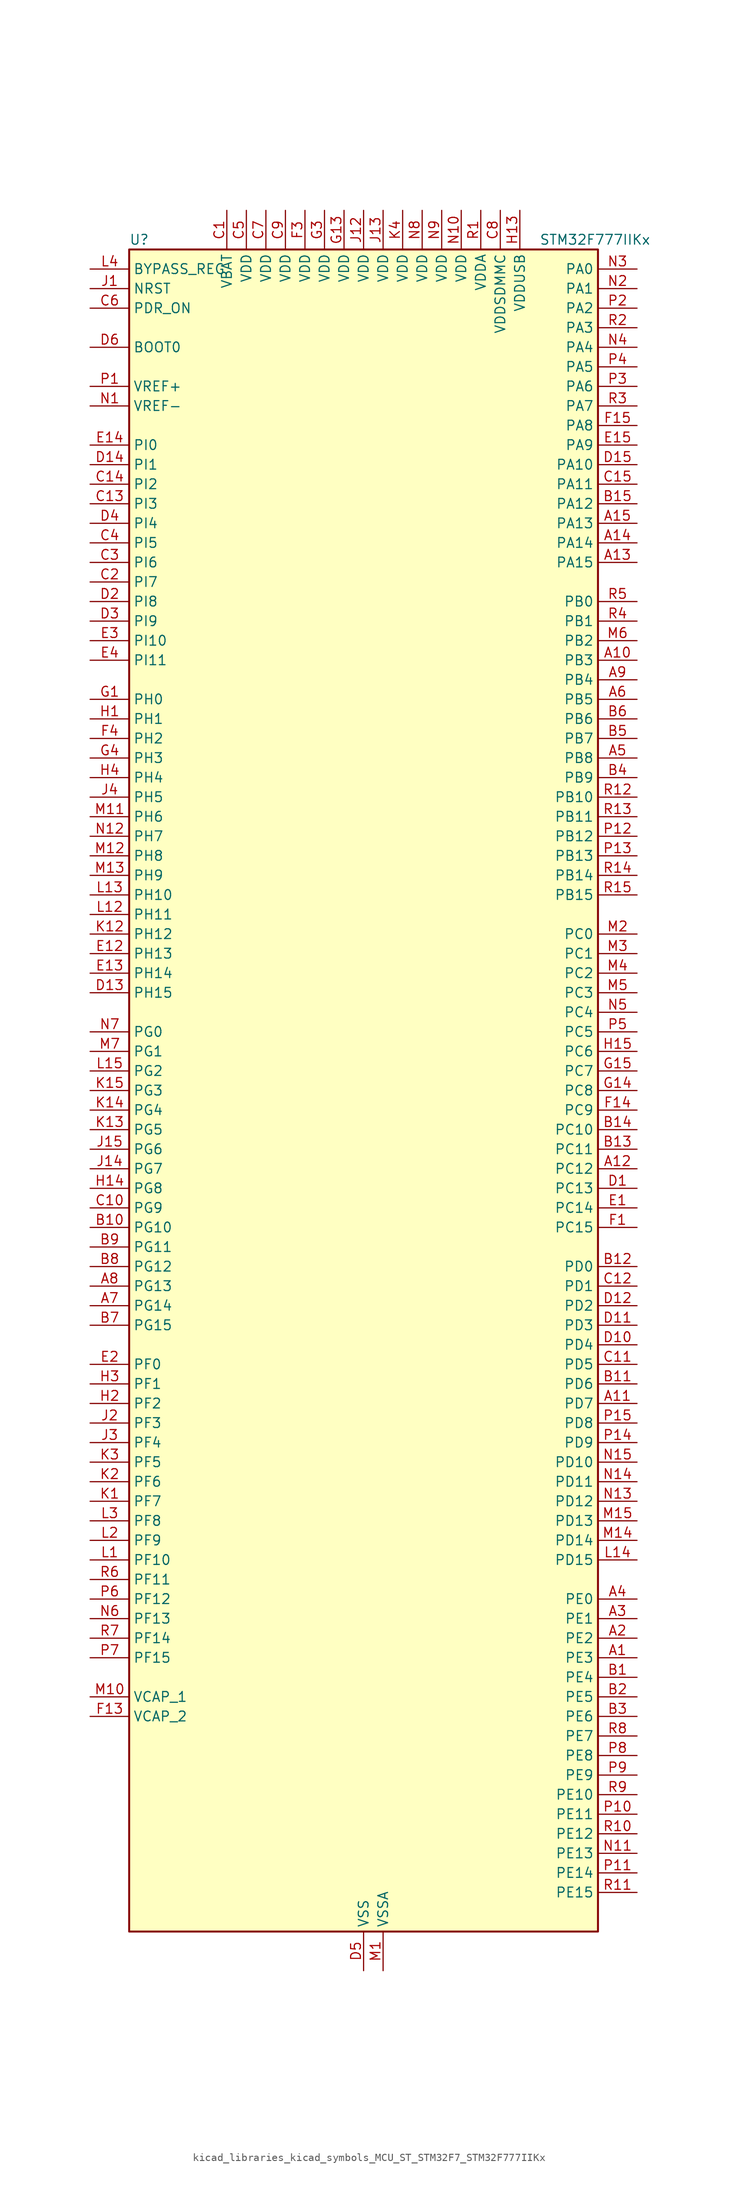
<source format=kicad_sym>
(kicad_symbol_lib
  (version 20220914)
  (generator kicad_symbol_editor)
  (symbol "kicad_libraries_kicad_symbols_MCU_ST_STM32F7_STM32F777IIKx"
    (property "Reference" "U"
      (at -30.48 110.49 0)
      (effects (font (size 1.27 1.27)) (justify left)))
    (property "Value" "STM32F777IIKx"
      (at 22.86 110.49 0)
      (effects (font (size 1.27 1.27)) (justify left)))
    (property "ki_locked" ""
      (at 0 0 0)
      (effects (font (size 1.27 1.27))))
    (symbol "kicad_libraries_kicad_symbols_MCU_ST_STM32F7_STM32F777IIKx_0_1"
      (rectangle (start -30.48 -109.22) (end 30.48 109.22) (stroke (width 0.254) (type default)) (fill (type background))))
    (symbol "kicad_libraries_kicad_symbols_MCU_ST_STM32F7_STM32F777IIKx_1_1"
      (pin bidirectional line (at 35.56 -73.66 180) (length 5.08) (name "PE3" (effects (font (size 1.27 1.27)))) (number "A1" (effects (font (size 1.27 1.27)))) (alternate "FMC_A19" bidirectional line) (alternate "SAI1_SD_B" bidirectional line) (alternate "SYS_TRACED0" bidirectional line))
      (pin bidirectional line (at 35.56 55.88 180) (length 5.08) (name "PB3" (effects (font (size 1.27 1.27)))) (number "A10" (effects (font (size 1.27 1.27)))) (alternate "CAN3_RX" bidirectional line) (alternate "I2S1_CK" bidirectional line) (alternate "I2S3_CK" bidirectional line) (alternate "SDMMC2_D2" bidirectional line) (alternate "SPI1_SCK" bidirectional line) (alternate "SPI3_SCK" bidirectional line) (alternate "SPI6_SCK" bidirectional line) (alternate "SYS_JTDO-SWO" bidirectional line) (alternate "TIM2_CH2" bidirectional line) (alternate "UART7_RX" bidirectional line))
      (pin bidirectional line (at 35.56 -40.64 180) (length 5.08) (name "PD7" (effects (font (size 1.27 1.27)))) (number "A11" (effects (font (size 1.27 1.27)))) (alternate "DFSDM1_CKIN1" bidirectional line) (alternate "DFSDM1_DATIN4" bidirectional line) (alternate "FMC_NE1" bidirectional line) (alternate "I2S1_SD" bidirectional line) (alternate "SDMMC2_CMD" bidirectional line) (alternate "SPDIFRX_IN0" bidirectional line) (alternate "SPI1_MOSI" bidirectional line) (alternate "USART2_CK" bidirectional line))
      (pin bidirectional line (at 35.56 -10.16 180) (length 5.08) (name "PC12" (effects (font (size 1.27 1.27)))) (number "A12" (effects (font (size 1.27 1.27)))) (alternate "DCMI_D9" bidirectional line) (alternate "I2S3_SD" bidirectional line) (alternate "SDMMC1_CK" bidirectional line) (alternate "SPI3_MOSI" bidirectional line) (alternate "SYS_TRACED3" bidirectional line) (alternate "UART5_TX" bidirectional line) (alternate "USART3_CK" bidirectional line))
      (pin bidirectional line (at 35.56 68.58 180) (length 5.08) (name "PA15" (effects (font (size 1.27 1.27)))) (number "A13" (effects (font (size 1.27 1.27)))) (alternate "CAN3_TX" bidirectional line) (alternate "CEC" bidirectional line) (alternate "I2S1_WS" bidirectional line) (alternate "I2S3_WS" bidirectional line) (alternate "SPI1_NSS" bidirectional line) (alternate "SPI3_NSS" bidirectional line) (alternate "SPI6_NSS" bidirectional line) (alternate "SYS_JTDI" bidirectional line) (alternate "TIM2_CH1" bidirectional line) (alternate "TIM2_ETR" bidirectional line) (alternate "UART4_DE" bidirectional line) (alternate "UART4_RTS" bidirectional line) (alternate "UART7_TX" bidirectional line))
      (pin bidirectional line (at 35.56 71.12 180) (length 5.08) (name "PA14" (effects (font (size 1.27 1.27)))) (number "A14" (effects (font (size 1.27 1.27)))) (alternate "SYS_JTCK-SWCLK" bidirectional line))
      (pin bidirectional line (at 35.56 73.66 180) (length 5.08) (name "PA13" (effects (font (size 1.27 1.27)))) (number "A15" (effects (font (size 1.27 1.27)))) (alternate "SYS_JTMS-SWDIO" bidirectional line))
      (pin bidirectional line (at 35.56 -71.12 180) (length 5.08) (name "PE2" (effects (font (size 1.27 1.27)))) (number "A2" (effects (font (size 1.27 1.27)))) (alternate "ETH_TXD3" bidirectional line) (alternate "FMC_A23" bidirectional line) (alternate "QUADSPI_BK1_IO2" bidirectional line) (alternate "SAI1_MCLK_A" bidirectional line) (alternate "SPI4_SCK" bidirectional line) (alternate "SYS_TRACECLK" bidirectional line))
      (pin bidirectional line (at 35.56 -68.58 180) (length 5.08) (name "PE1" (effects (font (size 1.27 1.27)))) (number "A3" (effects (font (size 1.27 1.27)))) (alternate "DCMI_D3" bidirectional line) (alternate "FMC_NBL1" bidirectional line) (alternate "LPTIM1_IN2" bidirectional line) (alternate "UART8_TX" bidirectional line))
      (pin bidirectional line (at 35.56 -66.04 180) (length 5.08) (name "PE0" (effects (font (size 1.27 1.27)))) (number "A4" (effects (font (size 1.27 1.27)))) (alternate "DCMI_D2" bidirectional line) (alternate "FMC_NBL0" bidirectional line) (alternate "LPTIM1_ETR" bidirectional line) (alternate "SAI2_MCLK_A" bidirectional line) (alternate "TIM4_ETR" bidirectional line) (alternate "UART8_RX" bidirectional line))
      (pin bidirectional line (at 35.56 43.18 180) (length 5.08) (name "PB8" (effects (font (size 1.27 1.27)))) (number "A5" (effects (font (size 1.27 1.27)))) (alternate "CAN1_RX" bidirectional line) (alternate "DCMI_D6" bidirectional line) (alternate "DFSDM1_CKIN7" bidirectional line) (alternate "ETH_TXD3" bidirectional line) (alternate "I2C1_SCL" bidirectional line) (alternate "I2C4_SCL" bidirectional line) (alternate "LTDC_B6" bidirectional line) (alternate "SDMMC1_D4" bidirectional line) (alternate "SDMMC2_D4" bidirectional line) (alternate "TIM10_CH1" bidirectional line) (alternate "TIM4_CH3" bidirectional line) (alternate "UART5_RX" bidirectional line))
      (pin bidirectional line (at 35.56 50.8 180) (length 5.08) (name "PB5" (effects (font (size 1.27 1.27)))) (number "A6" (effects (font (size 1.27 1.27)))) (alternate "CAN2_RX" bidirectional line) (alternate "DCMI_D10" bidirectional line) (alternate "ETH_PPS_OUT" bidirectional line) (alternate "FMC_SDCKE1" bidirectional line) (alternate "I2C1_SMBA" bidirectional line) (alternate "I2S1_SD" bidirectional line) (alternate "I2S3_SD" bidirectional line) (alternate "LTDC_G7" bidirectional line) (alternate "SPI1_MOSI" bidirectional line) (alternate "SPI3_MOSI" bidirectional line) (alternate "SPI6_MOSI" bidirectional line) (alternate "TIM3_CH2" bidirectional line) (alternate "UART5_RX" bidirectional line) (alternate "USB_OTG_HS_ULPI_D7" bidirectional line))
      (pin bidirectional line (at -35.56 -27.94 0) (length 5.08) (name "PG14" (effects (font (size 1.27 1.27)))) (number "A7" (effects (font (size 1.27 1.27)))) (alternate "ETH_TXD1" bidirectional line) (alternate "FMC_A25" bidirectional line) (alternate "LPTIM1_ETR" bidirectional line) (alternate "LTDC_B0" bidirectional line) (alternate "QUADSPI_BK2_IO3" bidirectional line) (alternate "SPI6_MOSI" bidirectional line) (alternate "SYS_TRACED1" bidirectional line) (alternate "USART6_TX" bidirectional line))
      (pin bidirectional line (at -35.56 -25.4 0) (length 5.08) (name "PG13" (effects (font (size 1.27 1.27)))) (number "A8" (effects (font (size 1.27 1.27)))) (alternate "ETH_TXD0" bidirectional line) (alternate "FMC_A24" bidirectional line) (alternate "LPTIM1_OUT" bidirectional line) (alternate "LTDC_R0" bidirectional line) (alternate "SPI6_SCK" bidirectional line) (alternate "SYS_TRACED0" bidirectional line) (alternate "USART6_CTS" bidirectional line))
      (pin bidirectional line (at 35.56 53.34 180) (length 5.08) (name "PB4" (effects (font (size 1.27 1.27)))) (number "A9" (effects (font (size 1.27 1.27)))) (alternate "CAN3_TX" bidirectional line) (alternate "I2S2_WS" bidirectional line) (alternate "SDMMC2_D3" bidirectional line) (alternate "SPI1_MISO" bidirectional line) (alternate "SPI2_NSS" bidirectional line) (alternate "SPI3_MISO" bidirectional line) (alternate "SPI6_MISO" bidirectional line) (alternate "SYS_JTRST" bidirectional line) (alternate "TIM3_CH1" bidirectional line) (alternate "UART7_TX" bidirectional line))
      (pin bidirectional line (at 35.56 -76.2 180) (length 5.08) (name "PE4" (effects (font (size 1.27 1.27)))) (number "B1" (effects (font (size 1.27 1.27)))) (alternate "DCMI_D4" bidirectional line) (alternate "DFSDM1_DATIN3" bidirectional line) (alternate "FMC_A20" bidirectional line) (alternate "LTDC_B0" bidirectional line) (alternate "SAI1_FS_A" bidirectional line) (alternate "SPI4_NSS" bidirectional line) (alternate "SYS_TRACED1" bidirectional line))
      (pin bidirectional line (at -35.56 -17.78 0) (length 5.08) (name "PG10" (effects (font (size 1.27 1.27)))) (number "B10" (effects (font (size 1.27 1.27)))) (alternate "DCMI_D2" bidirectional line) (alternate "FMC_NE3" bidirectional line) (alternate "I2S1_WS" bidirectional line) (alternate "LTDC_B2" bidirectional line) (alternate "LTDC_G3" bidirectional line) (alternate "SAI2_SD_B" bidirectional line) (alternate "SDMMC2_D1" bidirectional line) (alternate "SPI1_NSS" bidirectional line))
      (pin bidirectional line (at 35.56 -38.1 180) (length 5.08) (name "PD6" (effects (font (size 1.27 1.27)))) (number "B11" (effects (font (size 1.27 1.27)))) (alternate "DCMI_D10" bidirectional line) (alternate "DFSDM1_CKIN4" bidirectional line) (alternate "DFSDM1_DATIN1" bidirectional line) (alternate "FMC_NWAIT" bidirectional line) (alternate "I2S3_SD" bidirectional line) (alternate "LTDC_B2" bidirectional line) (alternate "SAI1_SD_A" bidirectional line) (alternate "SDMMC2_CK" bidirectional line) (alternate "SPI3_MOSI" bidirectional line) (alternate "USART2_RX" bidirectional line))
      (pin bidirectional line (at 35.56 -22.86 180) (length 5.08) (name "PD0" (effects (font (size 1.27 1.27)))) (number "B12" (effects (font (size 1.27 1.27)))) (alternate "CAN1_RX" bidirectional line) (alternate "DFSDM1_CKIN6" bidirectional line) (alternate "DFSDM1_DATIN7" bidirectional line) (alternate "FMC_D2" bidirectional line) (alternate "FMC_DA2" bidirectional line) (alternate "UART4_RX" bidirectional line))
      (pin bidirectional line (at 35.56 -7.62 180) (length 5.08) (name "PC11" (effects (font (size 1.27 1.27)))) (number "B13" (effects (font (size 1.27 1.27)))) (alternate "ADC1_EXTI11" bidirectional line) (alternate "ADC2_EXTI11" bidirectional line) (alternate "ADC3_EXTI11" bidirectional line) (alternate "DCMI_D4" bidirectional line) (alternate "DFSDM1_DATIN5" bidirectional line) (alternate "QUADSPI_BK2_NCS" bidirectional line) (alternate "SDMMC1_D3" bidirectional line) (alternate "SPI3_MISO" bidirectional line) (alternate "UART4_RX" bidirectional line) (alternate "USART3_RX" bidirectional line))
      (pin bidirectional line (at 35.56 -5.08 180) (length 5.08) (name "PC10" (effects (font (size 1.27 1.27)))) (number "B14" (effects (font (size 1.27 1.27)))) (alternate "DCMI_D8" bidirectional line) (alternate "DFSDM1_CKIN5" bidirectional line) (alternate "I2S3_CK" bidirectional line) (alternate "LTDC_R2" bidirectional line) (alternate "QUADSPI_BK1_IO1" bidirectional line) (alternate "SDMMC1_D2" bidirectional line) (alternate "SPI3_SCK" bidirectional line) (alternate "UART4_TX" bidirectional line) (alternate "USART3_TX" bidirectional line))
      (pin bidirectional line (at 35.56 76.2 180) (length 5.08) (name "PA12" (effects (font (size 1.27 1.27)))) (number "B15" (effects (font (size 1.27 1.27)))) (alternate "CAN1_TX" bidirectional line) (alternate "I2S2_CK" bidirectional line) (alternate "LTDC_R5" bidirectional line) (alternate "SAI2_FS_B" bidirectional line) (alternate "SPI2_SCK" bidirectional line) (alternate "TIM1_ETR" bidirectional line) (alternate "UART4_TX" bidirectional line) (alternate "USART1_DE" bidirectional line) (alternate "USART1_RTS" bidirectional line) (alternate "USB_OTG_FS_DP" bidirectional line))
      (pin bidirectional line (at 35.56 -78.74 180) (length 5.08) (name "PE5" (effects (font (size 1.27 1.27)))) (number "B2" (effects (font (size 1.27 1.27)))) (alternate "DCMI_D6" bidirectional line) (alternate "DFSDM1_CKIN3" bidirectional line) (alternate "FMC_A21" bidirectional line) (alternate "LTDC_G0" bidirectional line) (alternate "SAI1_SCK_A" bidirectional line) (alternate "SPI4_MISO" bidirectional line) (alternate "SYS_TRACED2" bidirectional line) (alternate "TIM9_CH1" bidirectional line))
      (pin bidirectional line (at 35.56 -81.28 180) (length 5.08) (name "PE6" (effects (font (size 1.27 1.27)))) (number "B3" (effects (font (size 1.27 1.27)))) (alternate "DCMI_D7" bidirectional line) (alternate "FMC_A22" bidirectional line) (alternate "LTDC_G1" bidirectional line) (alternate "SAI1_SD_A" bidirectional line) (alternate "SAI2_MCLK_B" bidirectional line) (alternate "SPI4_MOSI" bidirectional line) (alternate "SYS_TRACED3" bidirectional line) (alternate "TIM1_BKIN2" bidirectional line) (alternate "TIM9_CH2" bidirectional line))
      (pin bidirectional line (at 35.56 40.64 180) (length 5.08) (name "PB9" (effects (font (size 1.27 1.27)))) (number "B4" (effects (font (size 1.27 1.27)))) (alternate "CAN1_TX" bidirectional line) (alternate "DAC_EXTI9" bidirectional line) (alternate "DCMI_D7" bidirectional line) (alternate "DFSDM1_DATIN7" bidirectional line) (alternate "I2C1_SDA" bidirectional line) (alternate "I2C4_SDA" bidirectional line) (alternate "I2C4_SMBA" bidirectional line) (alternate "I2S2_WS" bidirectional line) (alternate "LTDC_B7" bidirectional line) (alternate "SDMMC1_D5" bidirectional line) (alternate "SDMMC2_D5" bidirectional line) (alternate "SPI2_NSS" bidirectional line) (alternate "TIM11_CH1" bidirectional line) (alternate "TIM4_CH4" bidirectional line) (alternate "UART5_TX" bidirectional line))
      (pin bidirectional line (at 35.56 45.72 180) (length 5.08) (name "PB7" (effects (font (size 1.27 1.27)))) (number "B5" (effects (font (size 1.27 1.27)))) (alternate "DCMI_VSYNC" bidirectional line) (alternate "DFSDM1_CKIN5" bidirectional line) (alternate "FMC_NL" bidirectional line) (alternate "I2C1_SDA" bidirectional line) (alternate "I2C4_SDA" bidirectional line) (alternate "TIM4_CH2" bidirectional line) (alternate "USART1_RX" bidirectional line))
      (pin bidirectional line (at 35.56 48.26 180) (length 5.08) (name "PB6" (effects (font (size 1.27 1.27)))) (number "B6" (effects (font (size 1.27 1.27)))) (alternate "CAN2_TX" bidirectional line) (alternate "CEC" bidirectional line) (alternate "DCMI_D5" bidirectional line) (alternate "DFSDM1_DATIN5" bidirectional line) (alternate "FMC_SDNE1" bidirectional line) (alternate "I2C1_SCL" bidirectional line) (alternate "I2C4_SCL" bidirectional line) (alternate "QUADSPI_BK1_NCS" bidirectional line) (alternate "TIM4_CH1" bidirectional line) (alternate "UART5_TX" bidirectional line) (alternate "USART1_TX" bidirectional line))
      (pin bidirectional line (at -35.56 -30.48 0) (length 5.08) (name "PG15" (effects (font (size 1.27 1.27)))) (number "B7" (effects (font (size 1.27 1.27)))) (alternate "DCMI_D13" bidirectional line) (alternate "FMC_SDNCAS" bidirectional line) (alternate "USART6_CTS" bidirectional line))
      (pin bidirectional line (at -35.56 -22.86 0) (length 5.08) (name "PG12" (effects (font (size 1.27 1.27)))) (number "B8" (effects (font (size 1.27 1.27)))) (alternate "FMC_NE4" bidirectional line) (alternate "LPTIM1_IN1" bidirectional line) (alternate "LTDC_B1" bidirectional line) (alternate "LTDC_B4" bidirectional line) (alternate "SDMMC2_D3" bidirectional line) (alternate "SPDIFRX_IN1" bidirectional line) (alternate "SPI6_MISO" bidirectional line) (alternate "USART6_DE" bidirectional line) (alternate "USART6_RTS" bidirectional line))
      (pin bidirectional line (at -35.56 -20.32 0) (length 5.08) (name "PG11" (effects (font (size 1.27 1.27)))) (number "B9" (effects (font (size 1.27 1.27)))) (alternate "ADC1_EXTI11" bidirectional line) (alternate "ADC2_EXTI11" bidirectional line) (alternate "ADC3_EXTI11" bidirectional line) (alternate "DCMI_D3" bidirectional line) (alternate "ETH_TX_EN" bidirectional line) (alternate "I2S1_CK" bidirectional line) (alternate "LTDC_B3" bidirectional line) (alternate "SDMMC2_D2" bidirectional line) (alternate "SPDIFRX_IN0" bidirectional line) (alternate "SPI1_SCK" bidirectional line))
      (pin power_in line (at -17.78 114.3 270) (length 5.08) (name "VBAT" (effects (font (size 1.27 1.27)))) (number "C1" (effects (font (size 1.27 1.27)))))
      (pin bidirectional line (at -35.56 -15.24 0) (length 5.08) (name "PG9" (effects (font (size 1.27 1.27)))) (number "C10" (effects (font (size 1.27 1.27)))) (alternate "DAC_EXTI9" bidirectional line) (alternate "DCMI_VSYNC" bidirectional line) (alternate "FMC_NCE" bidirectional line) (alternate "FMC_NE2" bidirectional line) (alternate "QUADSPI_BK2_IO2" bidirectional line) (alternate "SAI2_FS_B" bidirectional line) (alternate "SDMMC2_D0" bidirectional line) (alternate "SPDIFRX_IN3" bidirectional line) (alternate "SPI1_MISO" bidirectional line) (alternate "USART6_RX" bidirectional line))
      (pin bidirectional line (at 35.56 -35.56 180) (length 5.08) (name "PD5" (effects (font (size 1.27 1.27)))) (number "C11" (effects (font (size 1.27 1.27)))) (alternate "FMC_NWE" bidirectional line) (alternate "USART2_TX" bidirectional line))
      (pin bidirectional line (at 35.56 -25.4 180) (length 5.08) (name "PD1" (effects (font (size 1.27 1.27)))) (number "C12" (effects (font (size 1.27 1.27)))) (alternate "CAN1_TX" bidirectional line) (alternate "DFSDM1_CKIN7" bidirectional line) (alternate "DFSDM1_DATIN6" bidirectional line) (alternate "FMC_D3" bidirectional line) (alternate "FMC_DA3" bidirectional line) (alternate "UART4_TX" bidirectional line))
      (pin bidirectional line (at -35.56 76.2 0) (length 5.08) (name "PI3" (effects (font (size 1.27 1.27)))) (number "C13" (effects (font (size 1.27 1.27)))) (alternate "DCMI_D10" bidirectional line) (alternate "FMC_D27" bidirectional line) (alternate "I2S2_SD" bidirectional line) (alternate "SPI2_MOSI" bidirectional line) (alternate "TIM8_ETR" bidirectional line))
      (pin bidirectional line (at -35.56 78.74 0) (length 5.08) (name "PI2" (effects (font (size 1.27 1.27)))) (number "C14" (effects (font (size 1.27 1.27)))) (alternate "DCMI_D9" bidirectional line) (alternate "FMC_D26" bidirectional line) (alternate "LTDC_G7" bidirectional line) (alternate "SPI2_MISO" bidirectional line) (alternate "TIM8_CH4" bidirectional line))
      (pin bidirectional line (at 35.56 78.74 180) (length 5.08) (name "PA11" (effects (font (size 1.27 1.27)))) (number "C15" (effects (font (size 1.27 1.27)))) (alternate "ADC1_EXTI11" bidirectional line) (alternate "ADC2_EXTI11" bidirectional line) (alternate "ADC3_EXTI11" bidirectional line) (alternate "CAN1_RX" bidirectional line) (alternate "I2S2_WS" bidirectional line) (alternate "LTDC_R4" bidirectional line) (alternate "SPI2_NSS" bidirectional line) (alternate "TIM1_CH4" bidirectional line) (alternate "UART4_RX" bidirectional line) (alternate "USART1_CTS" bidirectional line) (alternate "USB_OTG_FS_DM" bidirectional line))
      (pin bidirectional line (at -35.56 66.04 0) (length 5.08) (name "PI7" (effects (font (size 1.27 1.27)))) (number "C2" (effects (font (size 1.27 1.27)))) (alternate "DCMI_D7" bidirectional line) (alternate "FMC_D29" bidirectional line) (alternate "LTDC_B7" bidirectional line) (alternate "SAI2_FS_A" bidirectional line) (alternate "TIM8_CH3" bidirectional line))
      (pin bidirectional line (at -35.56 68.58 0) (length 5.08) (name "PI6" (effects (font (size 1.27 1.27)))) (number "C3" (effects (font (size 1.27 1.27)))) (alternate "DCMI_D6" bidirectional line) (alternate "FMC_D28" bidirectional line) (alternate "LTDC_B6" bidirectional line) (alternate "SAI2_SD_A" bidirectional line) (alternate "TIM8_CH2" bidirectional line))
      (pin bidirectional line (at -35.56 71.12 0) (length 5.08) (name "PI5" (effects (font (size 1.27 1.27)))) (number "C4" (effects (font (size 1.27 1.27)))) (alternate "DCMI_VSYNC" bidirectional line) (alternate "FMC_NBL3" bidirectional line) (alternate "LTDC_B5" bidirectional line) (alternate "SAI2_SCK_A" bidirectional line) (alternate "TIM8_CH1" bidirectional line))
      (pin power_in line (at -15.24 114.3 270) (length 5.08) (name "VDD" (effects (font (size 1.27 1.27)))) (number "C5" (effects (font (size 1.27 1.27)))))
      (pin input line (at -35.56 101.6 0) (length 5.08) (name "PDR_ON" (effects (font (size 1.27 1.27)))) (number "C6" (effects (font (size 1.27 1.27)))))
      (pin power_in line (at -12.7 114.3 270) (length 5.08) (name "VDD" (effects (font (size 1.27 1.27)))) (number "C7" (effects (font (size 1.27 1.27)))))
      (pin power_in line (at 17.78 114.3 270) (length 5.08) (name "VDDSDMMC" (effects (font (size 1.27 1.27)))) (number "C8" (effects (font (size 1.27 1.27)))))
      (pin power_in line (at -10.16 114.3 270) (length 5.08) (name "VDD" (effects (font (size 1.27 1.27)))) (number "C9" (effects (font (size 1.27 1.27)))))
      (pin bidirectional line (at 35.56 -12.7 180) (length 5.08) (name "PC13" (effects (font (size 1.27 1.27)))) (number "D1" (effects (font (size 1.27 1.27)))) (alternate "RTC_OUT" bidirectional line) (alternate "RTC_TAMP1" bidirectional line) (alternate "RTC_TS" bidirectional line) (alternate "SYS_WKUP4" bidirectional line))
      (pin bidirectional line (at 35.56 -33.02 180) (length 5.08) (name "PD4" (effects (font (size 1.27 1.27)))) (number "D10" (effects (font (size 1.27 1.27)))) (alternate "DFSDM1_CKIN0" bidirectional line) (alternate "FMC_NOE" bidirectional line) (alternate "USART2_DE" bidirectional line) (alternate "USART2_RTS" bidirectional line))
      (pin bidirectional line (at 35.56 -30.48 180) (length 5.08) (name "PD3" (effects (font (size 1.27 1.27)))) (number "D11" (effects (font (size 1.27 1.27)))) (alternate "DCMI_D5" bidirectional line) (alternate "DFSDM1_CKOUT" bidirectional line) (alternate "DFSDM1_DATIN0" bidirectional line) (alternate "FMC_CLK" bidirectional line) (alternate "I2S2_CK" bidirectional line) (alternate "LTDC_G7" bidirectional line) (alternate "SPI2_SCK" bidirectional line) (alternate "USART2_CTS" bidirectional line))
      (pin bidirectional line (at 35.56 -27.94 180) (length 5.08) (name "PD2" (effects (font (size 1.27 1.27)))) (number "D12" (effects (font (size 1.27 1.27)))) (alternate "DCMI_D11" bidirectional line) (alternate "SDMMC1_CMD" bidirectional line) (alternate "SYS_TRACED2" bidirectional line) (alternate "TIM3_ETR" bidirectional line) (alternate "UART5_RX" bidirectional line))
      (pin bidirectional line (at -35.56 12.7 0) (length 5.08) (name "PH15" (effects (font (size 1.27 1.27)))) (number "D13" (effects (font (size 1.27 1.27)))) (alternate "DCMI_D11" bidirectional line) (alternate "FMC_D23" bidirectional line) (alternate "LTDC_G4" bidirectional line) (alternate "TIM8_CH3N" bidirectional line))
      (pin bidirectional line (at -35.56 81.28 0) (length 5.08) (name "PI1" (effects (font (size 1.27 1.27)))) (number "D14" (effects (font (size 1.27 1.27)))) (alternate "DCMI_D8" bidirectional line) (alternate "FMC_D25" bidirectional line) (alternate "I2S2_CK" bidirectional line) (alternate "LTDC_G6" bidirectional line) (alternate "SPI2_SCK" bidirectional line) (alternate "TIM8_BKIN2" bidirectional line))
      (pin bidirectional line (at 35.56 81.28 180) (length 5.08) (name "PA10" (effects (font (size 1.27 1.27)))) (number "D15" (effects (font (size 1.27 1.27)))) (alternate "DCMI_D1" bidirectional line) (alternate "LTDC_B1" bidirectional line) (alternate "LTDC_B4" bidirectional line) (alternate "MDIOS_MDIO" bidirectional line) (alternate "TIM1_CH3" bidirectional line) (alternate "USART1_RX" bidirectional line) (alternate "USB_OTG_FS_ID" bidirectional line))
      (pin bidirectional line (at -35.56 63.5 0) (length 5.08) (name "PI8" (effects (font (size 1.27 1.27)))) (number "D2" (effects (font (size 1.27 1.27)))) (alternate "RTC_TAMP2" bidirectional line) (alternate "RTC_TS" bidirectional line) (alternate "SYS_WKUP5" bidirectional line))
      (pin bidirectional line (at -35.56 60.96 0) (length 5.08) (name "PI9" (effects (font (size 1.27 1.27)))) (number "D3" (effects (font (size 1.27 1.27)))) (alternate "CAN1_RX" bidirectional line) (alternate "DAC_EXTI9" bidirectional line) (alternate "FMC_D30" bidirectional line) (alternate "LTDC_VSYNC" bidirectional line) (alternate "UART4_RX" bidirectional line))
      (pin bidirectional line (at -35.56 73.66 0) (length 5.08) (name "PI4" (effects (font (size 1.27 1.27)))) (number "D4" (effects (font (size 1.27 1.27)))) (alternate "DCMI_D5" bidirectional line) (alternate "FMC_NBL2" bidirectional line) (alternate "LTDC_B4" bidirectional line) (alternate "SAI2_MCLK_A" bidirectional line) (alternate "TIM8_BKIN" bidirectional line))
      (pin power_in line (at 0 -114.3 90) (length 5.08) (name "VSS" (effects (font (size 1.27 1.27)))) (number "D5" (effects (font (size 1.27 1.27)))))
      (pin input line (at -35.56 96.52 0) (length 5.08) (name "BOOT0" (effects (font (size 1.27 1.27)))) (number "D6" (effects (font (size 1.27 1.27)))))
      (pin passive line (at 0 -114.3 90) (length 5.08) hide (name "VSS" (effects (font (size 1.27 1.27)))) (number "D7" (effects (font (size 1.27 1.27)))))
      (pin passive line (at 0 -114.3 90) (length 5.08) hide (name "VSS" (effects (font (size 1.27 1.27)))) (number "D8" (effects (font (size 1.27 1.27)))))
      (pin passive line (at 0 -114.3 90) (length 5.08) hide (name "VSS" (effects (font (size 1.27 1.27)))) (number "D9" (effects (font (size 1.27 1.27)))))
      (pin bidirectional line (at 35.56 -15.24 180) (length 5.08) (name "PC14" (effects (font (size 1.27 1.27)))) (number "E1" (effects (font (size 1.27 1.27)))) (alternate "RCC_OSC32_IN" bidirectional line))
      (pin bidirectional line (at -35.56 17.78 0) (length 5.08) (name "PH13" (effects (font (size 1.27 1.27)))) (number "E12" (effects (font (size 1.27 1.27)))) (alternate "CAN1_TX" bidirectional line) (alternate "FMC_D21" bidirectional line) (alternate "LTDC_G2" bidirectional line) (alternate "TIM8_CH1N" bidirectional line) (alternate "UART4_TX" bidirectional line))
      (pin bidirectional line (at -35.56 15.24 0) (length 5.08) (name "PH14" (effects (font (size 1.27 1.27)))) (number "E13" (effects (font (size 1.27 1.27)))) (alternate "CAN1_RX" bidirectional line) (alternate "DCMI_D4" bidirectional line) (alternate "FMC_D22" bidirectional line) (alternate "LTDC_G3" bidirectional line) (alternate "TIM8_CH2N" bidirectional line) (alternate "UART4_RX" bidirectional line))
      (pin bidirectional line (at -35.56 83.82 0) (length 5.08) (name "PI0" (effects (font (size 1.27 1.27)))) (number "E14" (effects (font (size 1.27 1.27)))) (alternate "DCMI_D13" bidirectional line) (alternate "FMC_D24" bidirectional line) (alternate "I2S2_WS" bidirectional line) (alternate "LTDC_G5" bidirectional line) (alternate "SPI2_NSS" bidirectional line) (alternate "TIM5_CH4" bidirectional line))
      (pin bidirectional line (at 35.56 83.82 180) (length 5.08) (name "PA9" (effects (font (size 1.27 1.27)))) (number "E15" (effects (font (size 1.27 1.27)))) (alternate "DAC_EXTI9" bidirectional line) (alternate "DCMI_D0" bidirectional line) (alternate "I2C3_SMBA" bidirectional line) (alternate "I2S2_CK" bidirectional line) (alternate "LTDC_R5" bidirectional line) (alternate "SPI2_SCK" bidirectional line) (alternate "TIM1_CH2" bidirectional line) (alternate "USART1_TX" bidirectional line) (alternate "USB_OTG_FS_VBUS" bidirectional line))
      (pin bidirectional line (at -35.56 -35.56 0) (length 5.08) (name "PF0" (effects (font (size 1.27 1.27)))) (number "E2" (effects (font (size 1.27 1.27)))) (alternate "FMC_A0" bidirectional line) (alternate "I2C2_SDA" bidirectional line))
      (pin bidirectional line (at -35.56 58.42 0) (length 5.08) (name "PI10" (effects (font (size 1.27 1.27)))) (number "E3" (effects (font (size 1.27 1.27)))) (alternate "ETH_RX_ER" bidirectional line) (alternate "FMC_D31" bidirectional line) (alternate "LTDC_HSYNC" bidirectional line))
      (pin bidirectional line (at -35.56 55.88 0) (length 5.08) (name "PI11" (effects (font (size 1.27 1.27)))) (number "E4" (effects (font (size 1.27 1.27)))) (alternate "ADC1_EXTI11" bidirectional line) (alternate "ADC2_EXTI11" bidirectional line) (alternate "ADC3_EXTI11" bidirectional line) (alternate "LTDC_G6" bidirectional line) (alternate "SYS_WKUP6" bidirectional line) (alternate "USB_OTG_HS_ULPI_DIR" bidirectional line))
      (pin bidirectional line (at 35.56 -17.78 180) (length 5.08) (name "PC15" (effects (font (size 1.27 1.27)))) (number "F1" (effects (font (size 1.27 1.27)))) (alternate "RCC_OSC32_OUT" bidirectional line))
      (pin passive line (at 0 -114.3 90) (length 5.08) hide (name "VSS" (effects (font (size 1.27 1.27)))) (number "F10" (effects (font (size 1.27 1.27)))))
      (pin passive line (at 0 -114.3 90) (length 5.08) hide (name "VSS" (effects (font (size 1.27 1.27)))) (number "F12" (effects (font (size 1.27 1.27)))))
      (pin power_out line (at -35.56 -81.28 0) (length 5.08) (name "VCAP_2" (effects (font (size 1.27 1.27)))) (number "F13" (effects (font (size 1.27 1.27)))))
      (pin bidirectional line (at 35.56 -2.54 180) (length 5.08) (name "PC9" (effects (font (size 1.27 1.27)))) (number "F14" (effects (font (size 1.27 1.27)))) (alternate "DAC_EXTI9" bidirectional line) (alternate "DCMI_D3" bidirectional line) (alternate "I2C3_SDA" bidirectional line) (alternate "I2S_CKIN" bidirectional line) (alternate "LTDC_B2" bidirectional line) (alternate "LTDC_G3" bidirectional line) (alternate "QUADSPI_BK1_IO0" bidirectional line) (alternate "RCC_MCO_2" bidirectional line) (alternate "SDMMC1_D1" bidirectional line) (alternate "TIM3_CH4" bidirectional line) (alternate "TIM8_CH4" bidirectional line) (alternate "UART5_CTS" bidirectional line))
      (pin bidirectional line (at 35.56 86.36 180) (length 5.08) (name "PA8" (effects (font (size 1.27 1.27)))) (number "F15" (effects (font (size 1.27 1.27)))) (alternate "CAN3_RX" bidirectional line) (alternate "I2C3_SCL" bidirectional line) (alternate "LTDC_B3" bidirectional line) (alternate "LTDC_R6" bidirectional line) (alternate "RCC_MCO_1" bidirectional line) (alternate "TIM1_CH1" bidirectional line) (alternate "TIM8_BKIN2" bidirectional line) (alternate "UART7_RX" bidirectional line) (alternate "USART1_CK" bidirectional line) (alternate "USB_OTG_FS_SOF" bidirectional line))
      (pin passive line (at 0 -114.3 90) (length 5.08) hide (name "VSS" (effects (font (size 1.27 1.27)))) (number "F2" (effects (font (size 1.27 1.27)))))
      (pin power_in line (at -7.62 114.3 270) (length 5.08) (name "VDD" (effects (font (size 1.27 1.27)))) (number "F3" (effects (font (size 1.27 1.27)))))
      (pin bidirectional line (at -35.56 45.72 0) (length 5.08) (name "PH2" (effects (font (size 1.27 1.27)))) (number "F4" (effects (font (size 1.27 1.27)))) (alternate "ETH_CRS" bidirectional line) (alternate "FMC_SDCKE0" bidirectional line) (alternate "LPTIM1_IN2" bidirectional line) (alternate "LTDC_R0" bidirectional line) (alternate "QUADSPI_BK2_IO0" bidirectional line) (alternate "SAI2_SCK_B" bidirectional line))
      (pin passive line (at 0 -114.3 90) (length 5.08) hide (name "VSS" (effects (font (size 1.27 1.27)))) (number "F6" (effects (font (size 1.27 1.27)))))
      (pin passive line (at 0 -114.3 90) (length 5.08) hide (name "VSS" (effects (font (size 1.27 1.27)))) (number "F7" (effects (font (size 1.27 1.27)))))
      (pin passive line (at 0 -114.3 90) (length 5.08) hide (name "VSS" (effects (font (size 1.27 1.27)))) (number "F8" (effects (font (size 1.27 1.27)))))
      (pin passive line (at 0 -114.3 90) (length 5.08) hide (name "VSS" (effects (font (size 1.27 1.27)))) (number "F9" (effects (font (size 1.27 1.27)))))
      (pin bidirectional line (at -35.56 50.8 0) (length 5.08) (name "PH0" (effects (font (size 1.27 1.27)))) (number "G1" (effects (font (size 1.27 1.27)))) (alternate "RCC_OSC_IN" bidirectional line))
      (pin passive line (at 0 -114.3 90) (length 5.08) hide (name "VSS" (effects (font (size 1.27 1.27)))) (number "G10" (effects (font (size 1.27 1.27)))))
      (pin passive line (at 0 -114.3 90) (length 5.08) hide (name "VSS" (effects (font (size 1.27 1.27)))) (number "G12" (effects (font (size 1.27 1.27)))))
      (pin power_in line (at -2.54 114.3 270) (length 5.08) (name "VDD" (effects (font (size 1.27 1.27)))) (number "G13" (effects (font (size 1.27 1.27)))))
      (pin bidirectional line (at 35.56 0 180) (length 5.08) (name "PC8" (effects (font (size 1.27 1.27)))) (number "G14" (effects (font (size 1.27 1.27)))) (alternate "DCMI_D2" bidirectional line) (alternate "FMC_NCE" bidirectional line) (alternate "FMC_NE2" bidirectional line) (alternate "SDMMC1_D0" bidirectional line) (alternate "SYS_TRACED1" bidirectional line) (alternate "TIM3_CH3" bidirectional line) (alternate "TIM8_CH3" bidirectional line) (alternate "UART5_DE" bidirectional line) (alternate "UART5_RTS" bidirectional line) (alternate "USART6_CK" bidirectional line))
      (pin bidirectional line (at 35.56 2.54 180) (length 5.08) (name "PC7" (effects (font (size 1.27 1.27)))) (number "G15" (effects (font (size 1.27 1.27)))) (alternate "DCMI_D1" bidirectional line) (alternate "DFSDM1_DATIN3" bidirectional line) (alternate "FMC_NE1" bidirectional line) (alternate "I2S3_MCK" bidirectional line) (alternate "LTDC_G6" bidirectional line) (alternate "SDMMC1_D7" bidirectional line) (alternate "SDMMC2_D7" bidirectional line) (alternate "TIM3_CH2" bidirectional line) (alternate "TIM8_CH2" bidirectional line) (alternate "USART6_RX" bidirectional line))
      (pin passive line (at 0 -114.3 90) (length 5.08) hide (name "VSS" (effects (font (size 1.27 1.27)))) (number "G2" (effects (font (size 1.27 1.27)))))
      (pin power_in line (at -5.08 114.3 270) (length 5.08) (name "VDD" (effects (font (size 1.27 1.27)))) (number "G3" (effects (font (size 1.27 1.27)))))
      (pin bidirectional line (at -35.56 43.18 0) (length 5.08) (name "PH3" (effects (font (size 1.27 1.27)))) (number "G4" (effects (font (size 1.27 1.27)))) (alternate "ETH_COL" bidirectional line) (alternate "FMC_SDNE0" bidirectional line) (alternate "LTDC_R1" bidirectional line) (alternate "QUADSPI_BK2_IO1" bidirectional line) (alternate "SAI2_MCLK_B" bidirectional line))
      (pin passive line (at 0 -114.3 90) (length 5.08) hide (name "VSS" (effects (font (size 1.27 1.27)))) (number "G6" (effects (font (size 1.27 1.27)))))
      (pin passive line (at 0 -114.3 90) (length 5.08) hide (name "VSS" (effects (font (size 1.27 1.27)))) (number "G7" (effects (font (size 1.27 1.27)))))
      (pin passive line (at 0 -114.3 90) (length 5.08) hide (name "VSS" (effects (font (size 1.27 1.27)))) (number "G8" (effects (font (size 1.27 1.27)))))
      (pin passive line (at 0 -114.3 90) (length 5.08) hide (name "VSS" (effects (font (size 1.27 1.27)))) (number "G9" (effects (font (size 1.27 1.27)))))
      (pin bidirectional line (at -35.56 48.26 0) (length 5.08) (name "PH1" (effects (font (size 1.27 1.27)))) (number "H1" (effects (font (size 1.27 1.27)))) (alternate "RCC_OSC_OUT" bidirectional line))
      (pin passive line (at 0 -114.3 90) (length 5.08) hide (name "VSS" (effects (font (size 1.27 1.27)))) (number "H10" (effects (font (size 1.27 1.27)))))
      (pin passive line (at 0 -114.3 90) (length 5.08) hide (name "VSS" (effects (font (size 1.27 1.27)))) (number "H12" (effects (font (size 1.27 1.27)))))
      (pin power_in line (at 20.32 114.3 270) (length 5.08) (name "VDDUSB" (effects (font (size 1.27 1.27)))) (number "H13" (effects (font (size 1.27 1.27)))))
      (pin bidirectional line (at -35.56 -12.7 0) (length 5.08) (name "PG8" (effects (font (size 1.27 1.27)))) (number "H14" (effects (font (size 1.27 1.27)))) (alternate "ETH_PPS_OUT" bidirectional line) (alternate "FMC_SDCLK" bidirectional line) (alternate "LTDC_G7" bidirectional line) (alternate "SPDIFRX_IN2" bidirectional line) (alternate "SPI6_NSS" bidirectional line) (alternate "USART6_DE" bidirectional line) (alternate "USART6_RTS" bidirectional line))
      (pin bidirectional line (at 35.56 5.08 180) (length 5.08) (name "PC6" (effects (font (size 1.27 1.27)))) (number "H15" (effects (font (size 1.27 1.27)))) (alternate "DCMI_D0" bidirectional line) (alternate "DFSDM1_CKIN3" bidirectional line) (alternate "FMC_NWAIT" bidirectional line) (alternate "I2S2_MCK" bidirectional line) (alternate "LTDC_HSYNC" bidirectional line) (alternate "SDMMC1_D6" bidirectional line) (alternate "SDMMC2_D6" bidirectional line) (alternate "TIM3_CH1" bidirectional line) (alternate "TIM8_CH1" bidirectional line) (alternate "USART6_TX" bidirectional line))
      (pin bidirectional line (at -35.56 -40.64 0) (length 5.08) (name "PF2" (effects (font (size 1.27 1.27)))) (number "H2" (effects (font (size 1.27 1.27)))) (alternate "FMC_A2" bidirectional line) (alternate "I2C2_SMBA" bidirectional line))
      (pin bidirectional line (at -35.56 -38.1 0) (length 5.08) (name "PF1" (effects (font (size 1.27 1.27)))) (number "H3" (effects (font (size 1.27 1.27)))) (alternate "FMC_A1" bidirectional line) (alternate "I2C2_SCL" bidirectional line))
      (pin bidirectional line (at -35.56 40.64 0) (length 5.08) (name "PH4" (effects (font (size 1.27 1.27)))) (number "H4" (effects (font (size 1.27 1.27)))) (alternate "I2C2_SCL" bidirectional line) (alternate "LTDC_G4" bidirectional line) (alternate "LTDC_G5" bidirectional line) (alternate "USB_OTG_HS_ULPI_NXT" bidirectional line))
      (pin passive line (at 0 -114.3 90) (length 5.08) hide (name "VSS" (effects (font (size 1.27 1.27)))) (number "H6" (effects (font (size 1.27 1.27)))))
      (pin passive line (at 0 -114.3 90) (length 5.08) hide (name "VSS" (effects (font (size 1.27 1.27)))) (number "H7" (effects (font (size 1.27 1.27)))))
      (pin passive line (at 0 -114.3 90) (length 5.08) hide (name "VSS" (effects (font (size 1.27 1.27)))) (number "H8" (effects (font (size 1.27 1.27)))))
      (pin passive line (at 0 -114.3 90) (length 5.08) hide (name "VSS" (effects (font (size 1.27 1.27)))) (number "H9" (effects (font (size 1.27 1.27)))))
      (pin input line (at -35.56 104.14 0) (length 5.08) (name "NRST" (effects (font (size 1.27 1.27)))) (number "J1" (effects (font (size 1.27 1.27)))))
      (pin passive line (at 0 -114.3 90) (length 5.08) hide (name "VSS" (effects (font (size 1.27 1.27)))) (number "J10" (effects (font (size 1.27 1.27)))))
      (pin power_in line (at 0 114.3 270) (length 5.08) (name "VDD" (effects (font (size 1.27 1.27)))) (number "J12" (effects (font (size 1.27 1.27)))))
      (pin power_in line (at 2.54 114.3 270) (length 5.08) (name "VDD" (effects (font (size 1.27 1.27)))) (number "J13" (effects (font (size 1.27 1.27)))))
      (pin bidirectional line (at -35.56 -10.16 0) (length 5.08) (name "PG7" (effects (font (size 1.27 1.27)))) (number "J14" (effects (font (size 1.27 1.27)))) (alternate "DCMI_D13" bidirectional line) (alternate "FMC_INT" bidirectional line) (alternate "LTDC_CLK" bidirectional line) (alternate "SAI1_MCLK_A" bidirectional line) (alternate "USART6_CK" bidirectional line))
      (pin bidirectional line (at -35.56 -7.62 0) (length 5.08) (name "PG6" (effects (font (size 1.27 1.27)))) (number "J15" (effects (font (size 1.27 1.27)))) (alternate "DCMI_D12" bidirectional line) (alternate "FMC_NE3" bidirectional line) (alternate "LTDC_R7" bidirectional line))
      (pin bidirectional line (at -35.56 -43.18 0) (length 5.08) (name "PF3" (effects (font (size 1.27 1.27)))) (number "J2" (effects (font (size 1.27 1.27)))) (alternate "ADC3_IN9" bidirectional line) (alternate "FMC_A3" bidirectional line))
      (pin bidirectional line (at -35.56 -45.72 0) (length 5.08) (name "PF4" (effects (font (size 1.27 1.27)))) (number "J3" (effects (font (size 1.27 1.27)))) (alternate "ADC3_IN14" bidirectional line) (alternate "FMC_A4" bidirectional line))
      (pin bidirectional line (at -35.56 38.1 0) (length 5.08) (name "PH5" (effects (font (size 1.27 1.27)))) (number "J4" (effects (font (size 1.27 1.27)))) (alternate "FMC_SDNWE" bidirectional line) (alternate "I2C2_SDA" bidirectional line) (alternate "SPI5_NSS" bidirectional line))
      (pin passive line (at 0 -114.3 90) (length 5.08) hide (name "VSS" (effects (font (size 1.27 1.27)))) (number "J6" (effects (font (size 1.27 1.27)))))
      (pin passive line (at 0 -114.3 90) (length 5.08) hide (name "VSS" (effects (font (size 1.27 1.27)))) (number "J7" (effects (font (size 1.27 1.27)))))
      (pin passive line (at 0 -114.3 90) (length 5.08) hide (name "VSS" (effects (font (size 1.27 1.27)))) (number "J8" (effects (font (size 1.27 1.27)))))
      (pin passive line (at 0 -114.3 90) (length 5.08) hide (name "VSS" (effects (font (size 1.27 1.27)))) (number "J9" (effects (font (size 1.27 1.27)))))
      (pin bidirectional line (at -35.56 -53.34 0) (length 5.08) (name "PF7" (effects (font (size 1.27 1.27)))) (number "K1" (effects (font (size 1.27 1.27)))) (alternate "ADC3_IN5" bidirectional line) (alternate "QUADSPI_BK1_IO2" bidirectional line) (alternate "SAI1_MCLK_B" bidirectional line) (alternate "SPI5_SCK" bidirectional line) (alternate "TIM11_CH1" bidirectional line) (alternate "UART7_TX" bidirectional line))
      (pin passive line (at 0 -114.3 90) (length 5.08) hide (name "VSS" (effects (font (size 1.27 1.27)))) (number "K10" (effects (font (size 1.27 1.27)))))
      (pin bidirectional line (at -35.56 20.32 0) (length 5.08) (name "PH12" (effects (font (size 1.27 1.27)))) (number "K12" (effects (font (size 1.27 1.27)))) (alternate "DCMI_D3" bidirectional line) (alternate "FMC_D20" bidirectional line) (alternate "I2C4_SDA" bidirectional line) (alternate "LTDC_R6" bidirectional line) (alternate "TIM5_CH3" bidirectional line))
      (pin bidirectional line (at -35.56 -5.08 0) (length 5.08) (name "PG5" (effects (font (size 1.27 1.27)))) (number "K13" (effects (font (size 1.27 1.27)))) (alternate "FMC_A15" bidirectional line) (alternate "FMC_BA1" bidirectional line))
      (pin bidirectional line (at -35.56 -2.54 0) (length 5.08) (name "PG4" (effects (font (size 1.27 1.27)))) (number "K14" (effects (font (size 1.27 1.27)))) (alternate "FMC_A14" bidirectional line) (alternate "FMC_BA0" bidirectional line))
      (pin bidirectional line (at -35.56 0 0) (length 5.08) (name "PG3" (effects (font (size 1.27 1.27)))) (number "K15" (effects (font (size 1.27 1.27)))) (alternate "FMC_A13" bidirectional line))
      (pin bidirectional line (at -35.56 -50.8 0) (length 5.08) (name "PF6" (effects (font (size 1.27 1.27)))) (number "K2" (effects (font (size 1.27 1.27)))) (alternate "ADC3_IN4" bidirectional line) (alternate "QUADSPI_BK1_IO3" bidirectional line) (alternate "SAI1_SD_B" bidirectional line) (alternate "SPI5_NSS" bidirectional line) (alternate "TIM10_CH1" bidirectional line) (alternate "UART7_RX" bidirectional line))
      (pin bidirectional line (at -35.56 -48.26 0) (length 5.08) (name "PF5" (effects (font (size 1.27 1.27)))) (number "K3" (effects (font (size 1.27 1.27)))) (alternate "ADC3_IN15" bidirectional line) (alternate "FMC_A5" bidirectional line))
      (pin power_in line (at 5.08 114.3 270) (length 5.08) (name "VDD" (effects (font (size 1.27 1.27)))) (number "K4" (effects (font (size 1.27 1.27)))))
      (pin passive line (at 0 -114.3 90) (length 5.08) hide (name "VSS" (effects (font (size 1.27 1.27)))) (number "K6" (effects (font (size 1.27 1.27)))))
      (pin passive line (at 0 -114.3 90) (length 5.08) hide (name "VSS" (effects (font (size 1.27 1.27)))) (number "K7" (effects (font (size 1.27 1.27)))))
      (pin passive line (at 0 -114.3 90) (length 5.08) hide (name "VSS" (effects (font (size 1.27 1.27)))) (number "K8" (effects (font (size 1.27 1.27)))))
      (pin passive line (at 0 -114.3 90) (length 5.08) hide (name "VSS" (effects (font (size 1.27 1.27)))) (number "K9" (effects (font (size 1.27 1.27)))))
      (pin bidirectional line (at -35.56 -60.96 0) (length 5.08) (name "PF10" (effects (font (size 1.27 1.27)))) (number "L1" (effects (font (size 1.27 1.27)))) (alternate "ADC3_IN8" bidirectional line) (alternate "DCMI_D11" bidirectional line) (alternate "LTDC_DE" bidirectional line) (alternate "QUADSPI_CLK" bidirectional line))
      (pin bidirectional line (at -35.56 22.86 0) (length 5.08) (name "PH11" (effects (font (size 1.27 1.27)))) (number "L12" (effects (font (size 1.27 1.27)))) (alternate "ADC1_EXTI11" bidirectional line) (alternate "ADC2_EXTI11" bidirectional line) (alternate "ADC3_EXTI11" bidirectional line) (alternate "DCMI_D2" bidirectional line) (alternate "FMC_D19" bidirectional line) (alternate "I2C4_SCL" bidirectional line) (alternate "LTDC_R5" bidirectional line) (alternate "TIM5_CH2" bidirectional line))
      (pin bidirectional line (at -35.56 25.4 0) (length 5.08) (name "PH10" (effects (font (size 1.27 1.27)))) (number "L13" (effects (font (size 1.27 1.27)))) (alternate "DCMI_D1" bidirectional line) (alternate "FMC_D18" bidirectional line) (alternate "I2C4_SMBA" bidirectional line) (alternate "LTDC_R4" bidirectional line) (alternate "TIM5_CH1" bidirectional line))
      (pin bidirectional line (at 35.56 -60.96 180) (length 5.08) (name "PD15" (effects (font (size 1.27 1.27)))) (number "L14" (effects (font (size 1.27 1.27)))) (alternate "FMC_D1" bidirectional line) (alternate "FMC_DA1" bidirectional line) (alternate "TIM4_CH4" bidirectional line) (alternate "UART8_DE" bidirectional line) (alternate "UART8_RTS" bidirectional line))
      (pin bidirectional line (at -35.56 2.54 0) (length 5.08) (name "PG2" (effects (font (size 1.27 1.27)))) (number "L15" (effects (font (size 1.27 1.27)))) (alternate "FMC_A12" bidirectional line))
      (pin bidirectional line (at -35.56 -58.42 0) (length 5.08) (name "PF9" (effects (font (size 1.27 1.27)))) (number "L2" (effects (font (size 1.27 1.27)))) (alternate "ADC3_IN7" bidirectional line) (alternate "DAC_EXTI9" bidirectional line) (alternate "QUADSPI_BK1_IO1" bidirectional line) (alternate "SAI1_FS_B" bidirectional line) (alternate "SPI5_MOSI" bidirectional line) (alternate "TIM14_CH1" bidirectional line) (alternate "UART7_CTS" bidirectional line))
      (pin bidirectional line (at -35.56 -55.88 0) (length 5.08) (name "PF8" (effects (font (size 1.27 1.27)))) (number "L3" (effects (font (size 1.27 1.27)))) (alternate "ADC3_IN6" bidirectional line) (alternate "QUADSPI_BK1_IO0" bidirectional line) (alternate "SAI1_SCK_B" bidirectional line) (alternate "SPI5_MISO" bidirectional line) (alternate "TIM13_CH1" bidirectional line) (alternate "UART7_DE" bidirectional line) (alternate "UART7_RTS" bidirectional line))
      (pin input line (at -35.56 106.68 0) (length 5.08) (name "BYPASS_REG" (effects (font (size 1.27 1.27)))) (number "L4" (effects (font (size 1.27 1.27)))))
      (pin power_in line (at 2.54 -114.3 90) (length 5.08) (name "VSSA" (effects (font (size 1.27 1.27)))) (number "M1" (effects (font (size 1.27 1.27)))))
      (pin power_out line (at -35.56 -78.74 0) (length 5.08) (name "VCAP_1" (effects (font (size 1.27 1.27)))) (number "M10" (effects (font (size 1.27 1.27)))))
      (pin bidirectional line (at -35.56 35.56 0) (length 5.08) (name "PH6" (effects (font (size 1.27 1.27)))) (number "M11" (effects (font (size 1.27 1.27)))) (alternate "DCMI_D8" bidirectional line) (alternate "ETH_RXD2" bidirectional line) (alternate "FMC_SDNE1" bidirectional line) (alternate "I2C2_SMBA" bidirectional line) (alternate "SPI5_SCK" bidirectional line) (alternate "TIM12_CH1" bidirectional line))
      (pin bidirectional line (at -35.56 30.48 0) (length 5.08) (name "PH8" (effects (font (size 1.27 1.27)))) (number "M12" (effects (font (size 1.27 1.27)))) (alternate "DCMI_HSYNC" bidirectional line) (alternate "FMC_D16" bidirectional line) (alternate "I2C3_SDA" bidirectional line) (alternate "LTDC_R2" bidirectional line))
      (pin bidirectional line (at -35.56 27.94 0) (length 5.08) (name "PH9" (effects (font (size 1.27 1.27)))) (number "M13" (effects (font (size 1.27 1.27)))) (alternate "DAC_EXTI9" bidirectional line) (alternate "DCMI_D0" bidirectional line) (alternate "FMC_D17" bidirectional line) (alternate "I2C3_SMBA" bidirectional line) (alternate "LTDC_R3" bidirectional line) (alternate "TIM12_CH2" bidirectional line))
      (pin bidirectional line (at 35.56 -58.42 180) (length 5.08) (name "PD14" (effects (font (size 1.27 1.27)))) (number "M14" (effects (font (size 1.27 1.27)))) (alternate "FMC_D0" bidirectional line) (alternate "FMC_DA0" bidirectional line) (alternate "TIM4_CH3" bidirectional line) (alternate "UART8_CTS" bidirectional line))
      (pin bidirectional line (at 35.56 -55.88 180) (length 5.08) (name "PD13" (effects (font (size 1.27 1.27)))) (number "M15" (effects (font (size 1.27 1.27)))) (alternate "FMC_A18" bidirectional line) (alternate "I2C4_SDA" bidirectional line) (alternate "LPTIM1_OUT" bidirectional line) (alternate "QUADSPI_BK1_IO3" bidirectional line) (alternate "SAI2_SCK_A" bidirectional line) (alternate "TIM4_CH2" bidirectional line))
      (pin bidirectional line (at 35.56 20.32 180) (length 5.08) (name "PC0" (effects (font (size 1.27 1.27)))) (number "M2" (effects (font (size 1.27 1.27)))) (alternate "ADC1_IN10" bidirectional line) (alternate "ADC2_IN10" bidirectional line) (alternate "ADC3_IN10" bidirectional line) (alternate "DFSDM1_CKIN0" bidirectional line) (alternate "DFSDM1_DATIN4" bidirectional line) (alternate "FMC_SDNWE" bidirectional line) (alternate "LTDC_R5" bidirectional line) (alternate "SAI2_FS_B" bidirectional line) (alternate "USB_OTG_HS_ULPI_STP" bidirectional line))
      (pin bidirectional line (at 35.56 17.78 180) (length 5.08) (name "PC1" (effects (font (size 1.27 1.27)))) (number "M3" (effects (font (size 1.27 1.27)))) (alternate "ADC1_IN11" bidirectional line) (alternate "ADC2_IN11" bidirectional line) (alternate "ADC3_IN11" bidirectional line) (alternate "DFSDM1_CKIN4" bidirectional line) (alternate "DFSDM1_DATIN0" bidirectional line) (alternate "ETH_MDC" bidirectional line) (alternate "I2S2_SD" bidirectional line) (alternate "MDIOS_MDC" bidirectional line) (alternate "RTC_TAMP3" bidirectional line) (alternate "RTC_TS" bidirectional line) (alternate "SAI1_SD_A" bidirectional line) (alternate "SPI2_MOSI" bidirectional line) (alternate "SYS_TRACED0" bidirectional line) (alternate "SYS_WKUP3" bidirectional line))
      (pin bidirectional line (at 35.56 15.24 180) (length 5.08) (name "PC2" (effects (font (size 1.27 1.27)))) (number "M4" (effects (font (size 1.27 1.27)))) (alternate "ADC1_IN12" bidirectional line) (alternate "ADC2_IN12" bidirectional line) (alternate "ADC3_IN12" bidirectional line) (alternate "DFSDM1_CKIN1" bidirectional line) (alternate "DFSDM1_CKOUT" bidirectional line) (alternate "ETH_TXD2" bidirectional line) (alternate "FMC_SDNE0" bidirectional line) (alternate "SPI2_MISO" bidirectional line) (alternate "USB_OTG_HS_ULPI_DIR" bidirectional line))
      (pin bidirectional line (at 35.56 12.7 180) (length 5.08) (name "PC3" (effects (font (size 1.27 1.27)))) (number "M5" (effects (font (size 1.27 1.27)))) (alternate "ADC1_IN13" bidirectional line) (alternate "ADC2_IN13" bidirectional line) (alternate "ADC3_IN13" bidirectional line) (alternate "DFSDM1_DATIN1" bidirectional line) (alternate "ETH_TX_CLK" bidirectional line) (alternate "FMC_SDCKE0" bidirectional line) (alternate "I2S2_SD" bidirectional line) (alternate "SPI2_MOSI" bidirectional line) (alternate "USB_OTG_HS_ULPI_NXT" bidirectional line))
      (pin bidirectional line (at 35.56 58.42 180) (length 5.08) (name "PB2" (effects (font (size 1.27 1.27)))) (number "M6" (effects (font (size 1.27 1.27)))) (alternate "DFSDM1_CKIN1" bidirectional line) (alternate "I2S3_SD" bidirectional line) (alternate "QUADSPI_CLK" bidirectional line) (alternate "SAI1_SD_A" bidirectional line) (alternate "SPI3_MOSI" bidirectional line))
      (pin bidirectional line (at -35.56 5.08 0) (length 5.08) (name "PG1" (effects (font (size 1.27 1.27)))) (number "M7" (effects (font (size 1.27 1.27)))) (alternate "FMC_A11" bidirectional line))
      (pin passive line (at 0 -114.3 90) (length 5.08) hide (name "VSS" (effects (font (size 1.27 1.27)))) (number "M8" (effects (font (size 1.27 1.27)))))
      (pin passive line (at 0 -114.3 90) (length 5.08) hide (name "VSS" (effects (font (size 1.27 1.27)))) (number "M9" (effects (font (size 1.27 1.27)))))
      (pin input line (at -35.56 88.9 0) (length 5.08) (name "VREF-" (effects (font (size 1.27 1.27)))) (number "N1" (effects (font (size 1.27 1.27)))))
      (pin power_in line (at 12.7 114.3 270) (length 5.08) (name "VDD" (effects (font (size 1.27 1.27)))) (number "N10" (effects (font (size 1.27 1.27)))))
      (pin bidirectional line (at 35.56 -99.06 180) (length 5.08) (name "PE13" (effects (font (size 1.27 1.27)))) (number "N11" (effects (font (size 1.27 1.27)))) (alternate "DFSDM1_CKIN5" bidirectional line) (alternate "FMC_D10" bidirectional line) (alternate "FMC_DA10" bidirectional line) (alternate "LTDC_DE" bidirectional line) (alternate "SAI2_FS_B" bidirectional line) (alternate "SPI4_MISO" bidirectional line) (alternate "TIM1_CH3" bidirectional line))
      (pin bidirectional line (at -35.56 33.02 0) (length 5.08) (name "PH7" (effects (font (size 1.27 1.27)))) (number "N12" (effects (font (size 1.27 1.27)))) (alternate "DCMI_D9" bidirectional line) (alternate "ETH_RXD3" bidirectional line) (alternate "FMC_SDCKE1" bidirectional line) (alternate "I2C3_SCL" bidirectional line) (alternate "SPI5_MISO" bidirectional line))
      (pin bidirectional line (at 35.56 -53.34 180) (length 5.08) (name "PD12" (effects (font (size 1.27 1.27)))) (number "N13" (effects (font (size 1.27 1.27)))) (alternate "FMC_A17" bidirectional line) (alternate "FMC_ALE" bidirectional line) (alternate "I2C4_SCL" bidirectional line) (alternate "LPTIM1_IN1" bidirectional line) (alternate "QUADSPI_BK1_IO1" bidirectional line) (alternate "SAI2_FS_A" bidirectional line) (alternate "TIM4_CH1" bidirectional line) (alternate "USART3_DE" bidirectional line) (alternate "USART3_RTS" bidirectional line))
      (pin bidirectional line (at 35.56 -50.8 180) (length 5.08) (name "PD11" (effects (font (size 1.27 1.27)))) (number "N14" (effects (font (size 1.27 1.27)))) (alternate "ADC1_EXTI11" bidirectional line) (alternate "ADC2_EXTI11" bidirectional line) (alternate "ADC3_EXTI11" bidirectional line) (alternate "FMC_A16" bidirectional line) (alternate "FMC_CLE" bidirectional line) (alternate "I2C4_SMBA" bidirectional line) (alternate "QUADSPI_BK1_IO0" bidirectional line) (alternate "SAI2_SD_A" bidirectional line) (alternate "USART3_CTS" bidirectional line))
      (pin bidirectional line (at 35.56 -48.26 180) (length 5.08) (name "PD10" (effects (font (size 1.27 1.27)))) (number "N15" (effects (font (size 1.27 1.27)))) (alternate "DFSDM1_CKOUT" bidirectional line) (alternate "FMC_D15" bidirectional line) (alternate "FMC_DA15" bidirectional line) (alternate "LTDC_B3" bidirectional line) (alternate "USART3_CK" bidirectional line))
      (pin bidirectional line (at 35.56 104.14 180) (length 5.08) (name "PA1" (effects (font (size 1.27 1.27)))) (number "N2" (effects (font (size 1.27 1.27)))) (alternate "ADC1_IN1" bidirectional line) (alternate "ADC2_IN1" bidirectional line) (alternate "ADC3_IN1" bidirectional line) (alternate "ETH_REF_CLK" bidirectional line) (alternate "ETH_RX_CLK" bidirectional line) (alternate "LTDC_R2" bidirectional line) (alternate "QUADSPI_BK1_IO3" bidirectional line) (alternate "SAI2_MCLK_B" bidirectional line) (alternate "TIM2_CH2" bidirectional line) (alternate "TIM5_CH2" bidirectional line) (alternate "UART4_RX" bidirectional line) (alternate "USART2_DE" bidirectional line) (alternate "USART2_RTS" bidirectional line))
      (pin bidirectional line (at 35.56 106.68 180) (length 5.08) (name "PA0" (effects (font (size 1.27 1.27)))) (number "N3" (effects (font (size 1.27 1.27)))) (alternate "ADC1_IN0" bidirectional line) (alternate "ADC2_IN0" bidirectional line) (alternate "ADC3_IN0" bidirectional line) (alternate "ETH_CRS" bidirectional line) (alternate "SAI2_SD_B" bidirectional line) (alternate "SYS_WKUP1" bidirectional line) (alternate "TIM2_CH1" bidirectional line) (alternate "TIM2_ETR" bidirectional line) (alternate "TIM5_CH1" bidirectional line) (alternate "TIM8_ETR" bidirectional line) (alternate "UART4_TX" bidirectional line) (alternate "USART2_CTS" bidirectional line))
      (pin bidirectional line (at 35.56 96.52 180) (length 5.08) (name "PA4" (effects (font (size 1.27 1.27)))) (number "N4" (effects (font (size 1.27 1.27)))) (alternate "ADC1_IN4" bidirectional line) (alternate "ADC2_IN4" bidirectional line) (alternate "DAC_OUT1" bidirectional line) (alternate "DCMI_HSYNC" bidirectional line) (alternate "I2S1_WS" bidirectional line) (alternate "I2S3_WS" bidirectional line) (alternate "LTDC_VSYNC" bidirectional line) (alternate "SPI1_NSS" bidirectional line) (alternate "SPI3_NSS" bidirectional line) (alternate "SPI6_NSS" bidirectional line) (alternate "USART2_CK" bidirectional line) (alternate "USB_OTG_HS_SOF" bidirectional line))
      (pin bidirectional line (at 35.56 10.16 180) (length 5.08) (name "PC4" (effects (font (size 1.27 1.27)))) (number "N5" (effects (font (size 1.27 1.27)))) (alternate "ADC1_IN14" bidirectional line) (alternate "ADC2_IN14" bidirectional line) (alternate "DFSDM1_CKIN2" bidirectional line) (alternate "ETH_RXD0" bidirectional line) (alternate "FMC_SDNE0" bidirectional line) (alternate "I2S1_MCK" bidirectional line) (alternate "SPDIFRX_IN2" bidirectional line))
      (pin bidirectional line (at -35.56 -68.58 0) (length 5.08) (name "PF13" (effects (font (size 1.27 1.27)))) (number "N6" (effects (font (size 1.27 1.27)))) (alternate "DFSDM1_DATIN6" bidirectional line) (alternate "FMC_A7" bidirectional line) (alternate "I2C4_SMBA" bidirectional line))
      (pin bidirectional line (at -35.56 7.62 0) (length 5.08) (name "PG0" (effects (font (size 1.27 1.27)))) (number "N7" (effects (font (size 1.27 1.27)))) (alternate "FMC_A10" bidirectional line))
      (pin power_in line (at 7.62 114.3 270) (length 5.08) (name "VDD" (effects (font (size 1.27 1.27)))) (number "N8" (effects (font (size 1.27 1.27)))))
      (pin power_in line (at 10.16 114.3 270) (length 5.08) (name "VDD" (effects (font (size 1.27 1.27)))) (number "N9" (effects (font (size 1.27 1.27)))))
      (pin input line (at -35.56 91.44 0) (length 5.08) (name "VREF+" (effects (font (size 1.27 1.27)))) (number "P1" (effects (font (size 1.27 1.27)))))
      (pin bidirectional line (at 35.56 -93.98 180) (length 5.08) (name "PE11" (effects (font (size 1.27 1.27)))) (number "P10" (effects (font (size 1.27 1.27)))) (alternate "ADC1_EXTI11" bidirectional line) (alternate "ADC2_EXTI11" bidirectional line) (alternate "ADC3_EXTI11" bidirectional line) (alternate "DFSDM1_CKIN4" bidirectional line) (alternate "FMC_D8" bidirectional line) (alternate "FMC_DA8" bidirectional line) (alternate "LTDC_G3" bidirectional line) (alternate "SAI2_SD_B" bidirectional line) (alternate "SPI4_NSS" bidirectional line) (alternate "TIM1_CH2" bidirectional line))
      (pin bidirectional line (at 35.56 -101.6 180) (length 5.08) (name "PE14" (effects (font (size 1.27 1.27)))) (number "P11" (effects (font (size 1.27 1.27)))) (alternate "FMC_D11" bidirectional line) (alternate "FMC_DA11" bidirectional line) (alternate "LTDC_CLK" bidirectional line) (alternate "SAI2_MCLK_B" bidirectional line) (alternate "SPI4_MOSI" bidirectional line) (alternate "TIM1_CH4" bidirectional line))
      (pin bidirectional line (at 35.56 33.02 180) (length 5.08) (name "PB12" (effects (font (size 1.27 1.27)))) (number "P12" (effects (font (size 1.27 1.27)))) (alternate "CAN2_RX" bidirectional line) (alternate "DFSDM1_DATIN1" bidirectional line) (alternate "ETH_TXD0" bidirectional line) (alternate "I2C2_SMBA" bidirectional line) (alternate "I2S2_WS" bidirectional line) (alternate "SPI2_NSS" bidirectional line) (alternate "TIM1_BKIN" bidirectional line) (alternate "UART5_RX" bidirectional line) (alternate "USART3_CK" bidirectional line) (alternate "USB_OTG_HS_ID" bidirectional line) (alternate "USB_OTG_HS_ULPI_D5" bidirectional line))
      (pin bidirectional line (at 35.56 30.48 180) (length 5.08) (name "PB13" (effects (font (size 1.27 1.27)))) (number "P13" (effects (font (size 1.27 1.27)))) (alternate "CAN2_TX" bidirectional line) (alternate "DFSDM1_CKIN1" bidirectional line) (alternate "ETH_TXD1" bidirectional line) (alternate "I2S2_CK" bidirectional line) (alternate "SPI2_SCK" bidirectional line) (alternate "TIM1_CH1N" bidirectional line) (alternate "UART5_TX" bidirectional line) (alternate "USART3_CTS" bidirectional line) (alternate "USB_OTG_HS_ULPI_D6" bidirectional line) (alternate "USB_OTG_HS_VBUS" bidirectional line))
      (pin bidirectional line (at 35.56 -45.72 180) (length 5.08) (name "PD9" (effects (font (size 1.27 1.27)))) (number "P14" (effects (font (size 1.27 1.27)))) (alternate "DAC_EXTI9" bidirectional line) (alternate "DFSDM1_DATIN3" bidirectional line) (alternate "FMC_D14" bidirectional line) (alternate "FMC_DA14" bidirectional line) (alternate "USART3_RX" bidirectional line))
      (pin bidirectional line (at 35.56 -43.18 180) (length 5.08) (name "PD8" (effects (font (size 1.27 1.27)))) (number "P15" (effects (font (size 1.27 1.27)))) (alternate "DFSDM1_CKIN3" bidirectional line) (alternate "FMC_D13" bidirectional line) (alternate "FMC_DA13" bidirectional line) (alternate "SPDIFRX_IN1" bidirectional line) (alternate "USART3_TX" bidirectional line))
      (pin bidirectional line (at 35.56 101.6 180) (length 5.08) (name "PA2" (effects (font (size 1.27 1.27)))) (number "P2" (effects (font (size 1.27 1.27)))) (alternate "ADC1_IN2" bidirectional line) (alternate "ADC2_IN2" bidirectional line) (alternate "ADC3_IN2" bidirectional line) (alternate "ETH_MDIO" bidirectional line) (alternate "LTDC_R1" bidirectional line) (alternate "MDIOS_MDIO" bidirectional line) (alternate "SAI2_SCK_B" bidirectional line) (alternate "SYS_WKUP2" bidirectional line) (alternate "TIM2_CH3" bidirectional line) (alternate "TIM5_CH3" bidirectional line) (alternate "TIM9_CH1" bidirectional line) (alternate "USART2_TX" bidirectional line))
      (pin bidirectional line (at 35.56 91.44 180) (length 5.08) (name "PA6" (effects (font (size 1.27 1.27)))) (number "P3" (effects (font (size 1.27 1.27)))) (alternate "ADC1_IN6" bidirectional line) (alternate "ADC2_IN6" bidirectional line) (alternate "DCMI_PIXCLK" bidirectional line) (alternate "LTDC_G2" bidirectional line) (alternate "MDIOS_MDC" bidirectional line) (alternate "SPI1_MISO" bidirectional line) (alternate "SPI6_MISO" bidirectional line) (alternate "TIM13_CH1" bidirectional line) (alternate "TIM1_BKIN" bidirectional line) (alternate "TIM3_CH1" bidirectional line) (alternate "TIM8_BKIN" bidirectional line))
      (pin bidirectional line (at 35.56 93.98 180) (length 5.08) (name "PA5" (effects (font (size 1.27 1.27)))) (number "P4" (effects (font (size 1.27 1.27)))) (alternate "ADC1_IN5" bidirectional line) (alternate "ADC2_IN5" bidirectional line) (alternate "DAC_OUT2" bidirectional line) (alternate "I2S1_CK" bidirectional line) (alternate "LTDC_R4" bidirectional line) (alternate "SPI1_SCK" bidirectional line) (alternate "SPI6_SCK" bidirectional line) (alternate "TIM2_CH1" bidirectional line) (alternate "TIM2_ETR" bidirectional line) (alternate "TIM8_CH1N" bidirectional line) (alternate "USB_OTG_HS_ULPI_CK" bidirectional line))
      (pin bidirectional line (at 35.56 7.62 180) (length 5.08) (name "PC5" (effects (font (size 1.27 1.27)))) (number "P5" (effects (font (size 1.27 1.27)))) (alternate "ADC1_IN15" bidirectional line) (alternate "ADC2_IN15" bidirectional line) (alternate "DFSDM1_DATIN2" bidirectional line) (alternate "ETH_RXD1" bidirectional line) (alternate "FMC_SDCKE0" bidirectional line) (alternate "SPDIFRX_IN3" bidirectional line))
      (pin bidirectional line (at -35.56 -66.04 0) (length 5.08) (name "PF12" (effects (font (size 1.27 1.27)))) (number "P6" (effects (font (size 1.27 1.27)))) (alternate "FMC_A6" bidirectional line))
      (pin bidirectional line (at -35.56 -73.66 0) (length 5.08) (name "PF15" (effects (font (size 1.27 1.27)))) (number "P7" (effects (font (size 1.27 1.27)))) (alternate "FMC_A9" bidirectional line) (alternate "I2C4_SDA" bidirectional line))
      (pin bidirectional line (at 35.56 -86.36 180) (length 5.08) (name "PE8" (effects (font (size 1.27 1.27)))) (number "P8" (effects (font (size 1.27 1.27)))) (alternate "DFSDM1_CKIN2" bidirectional line) (alternate "FMC_D5" bidirectional line) (alternate "FMC_DA5" bidirectional line) (alternate "QUADSPI_BK2_IO1" bidirectional line) (alternate "TIM1_CH1N" bidirectional line) (alternate "UART7_TX" bidirectional line))
      (pin bidirectional line (at 35.56 -88.9 180) (length 5.08) (name "PE9" (effects (font (size 1.27 1.27)))) (number "P9" (effects (font (size 1.27 1.27)))) (alternate "DAC_EXTI9" bidirectional line) (alternate "DFSDM1_CKOUT" bidirectional line) (alternate "FMC_D6" bidirectional line) (alternate "FMC_DA6" bidirectional line) (alternate "QUADSPI_BK2_IO2" bidirectional line) (alternate "TIM1_CH1" bidirectional line) (alternate "UART7_DE" bidirectional line) (alternate "UART7_RTS" bidirectional line))
      (pin power_in line (at 15.24 114.3 270) (length 5.08) (name "VDDA" (effects (font (size 1.27 1.27)))) (number "R1" (effects (font (size 1.27 1.27)))))
      (pin bidirectional line (at 35.56 -96.52 180) (length 5.08) (name "PE12" (effects (font (size 1.27 1.27)))) (number "R10" (effects (font (size 1.27 1.27)))) (alternate "DFSDM1_DATIN5" bidirectional line) (alternate "FMC_D9" bidirectional line) (alternate "FMC_DA9" bidirectional line) (alternate "LTDC_B4" bidirectional line) (alternate "SAI2_SCK_B" bidirectional line) (alternate "SPI4_SCK" bidirectional line) (alternate "TIM1_CH3N" bidirectional line))
      (pin bidirectional line (at 35.56 -104.14 180) (length 5.08) (name "PE15" (effects (font (size 1.27 1.27)))) (number "R11" (effects (font (size 1.27 1.27)))) (alternate "FMC_D12" bidirectional line) (alternate "FMC_DA12" bidirectional line) (alternate "LTDC_R7" bidirectional line) (alternate "TIM1_BKIN" bidirectional line))
      (pin bidirectional line (at 35.56 38.1 180) (length 5.08) (name "PB10" (effects (font (size 1.27 1.27)))) (number "R12" (effects (font (size 1.27 1.27)))) (alternate "DFSDM1_DATIN7" bidirectional line) (alternate "ETH_RX_ER" bidirectional line) (alternate "I2C2_SCL" bidirectional line) (alternate "I2S2_CK" bidirectional line) (alternate "LTDC_G4" bidirectional line) (alternate "QUADSPI_BK1_NCS" bidirectional line) (alternate "SPI2_SCK" bidirectional line) (alternate "TIM2_CH3" bidirectional line) (alternate "USART3_TX" bidirectional line) (alternate "USB_OTG_HS_ULPI_D3" bidirectional line))
      (pin bidirectional line (at 35.56 35.56 180) (length 5.08) (name "PB11" (effects (font (size 1.27 1.27)))) (number "R13" (effects (font (size 1.27 1.27)))) (alternate "ADC1_EXTI11" bidirectional line) (alternate "ADC2_EXTI11" bidirectional line) (alternate "ADC3_EXTI11" bidirectional line) (alternate "DFSDM1_CKIN7" bidirectional line) (alternate "ETH_TX_EN" bidirectional line) (alternate "I2C2_SDA" bidirectional line) (alternate "LTDC_G5" bidirectional line) (alternate "TIM2_CH4" bidirectional line) (alternate "USART3_RX" bidirectional line) (alternate "USB_OTG_HS_ULPI_D4" bidirectional line))
      (pin bidirectional line (at 35.56 27.94 180) (length 5.08) (name "PB14" (effects (font (size 1.27 1.27)))) (number "R14" (effects (font (size 1.27 1.27)))) (alternate "DFSDM1_DATIN2" bidirectional line) (alternate "SDMMC2_D0" bidirectional line) (alternate "SPI2_MISO" bidirectional line) (alternate "TIM12_CH1" bidirectional line) (alternate "TIM1_CH2N" bidirectional line) (alternate "TIM8_CH2N" bidirectional line) (alternate "UART4_DE" bidirectional line) (alternate "UART4_RTS" bidirectional line) (alternate "USART1_TX" bidirectional line) (alternate "USART3_DE" bidirectional line) (alternate "USART3_RTS" bidirectional line) (alternate "USB_OTG_HS_DM" bidirectional line))
      (pin bidirectional line (at 35.56 25.4 180) (length 5.08) (name "PB15" (effects (font (size 1.27 1.27)))) (number "R15" (effects (font (size 1.27 1.27)))) (alternate "DFSDM1_CKIN2" bidirectional line) (alternate "I2S2_SD" bidirectional line) (alternate "RTC_REFIN" bidirectional line) (alternate "SDMMC2_D1" bidirectional line) (alternate "SPI2_MOSI" bidirectional line) (alternate "TIM12_CH2" bidirectional line) (alternate "TIM1_CH3N" bidirectional line) (alternate "TIM8_CH3N" bidirectional line) (alternate "UART4_CTS" bidirectional line) (alternate "USART1_RX" bidirectional line) (alternate "USB_OTG_HS_DP" bidirectional line))
      (pin bidirectional line (at 35.56 99.06 180) (length 5.08) (name "PA3" (effects (font (size 1.27 1.27)))) (number "R2" (effects (font (size 1.27 1.27)))) (alternate "ADC1_IN3" bidirectional line) (alternate "ADC2_IN3" bidirectional line) (alternate "ADC3_IN3" bidirectional line) (alternate "ETH_COL" bidirectional line) (alternate "LTDC_B2" bidirectional line) (alternate "LTDC_B5" bidirectional line) (alternate "TIM2_CH4" bidirectional line) (alternate "TIM5_CH4" bidirectional line) (alternate "TIM9_CH2" bidirectional line) (alternate "USART2_RX" bidirectional line) (alternate "USB_OTG_HS_ULPI_D0" bidirectional line))
      (pin bidirectional line (at 35.56 88.9 180) (length 5.08) (name "PA7" (effects (font (size 1.27 1.27)))) (number "R3" (effects (font (size 1.27 1.27)))) (alternate "ADC1_IN7" bidirectional line) (alternate "ADC2_IN7" bidirectional line) (alternate "ETH_CRS_DV" bidirectional line) (alternate "ETH_RX_DV" bidirectional line) (alternate "FMC_SDNWE" bidirectional line) (alternate "I2S1_SD" bidirectional line) (alternate "SPI1_MOSI" bidirectional line) (alternate "SPI6_MOSI" bidirectional line) (alternate "TIM14_CH1" bidirectional line) (alternate "TIM1_CH1N" bidirectional line) (alternate "TIM3_CH2" bidirectional line) (alternate "TIM8_CH1N" bidirectional line))
      (pin bidirectional line (at 35.56 60.96 180) (length 5.08) (name "PB1" (effects (font (size 1.27 1.27)))) (number "R4" (effects (font (size 1.27 1.27)))) (alternate "ADC1_IN9" bidirectional line) (alternate "ADC2_IN9" bidirectional line) (alternate "DFSDM1_DATIN1" bidirectional line) (alternate "ETH_RXD3" bidirectional line) (alternate "LTDC_G0" bidirectional line) (alternate "LTDC_R6" bidirectional line) (alternate "TIM1_CH3N" bidirectional line) (alternate "TIM3_CH4" bidirectional line) (alternate "TIM8_CH3N" bidirectional line) (alternate "USB_OTG_HS_ULPI_D2" bidirectional line))
      (pin bidirectional line (at 35.56 63.5 180) (length 5.08) (name "PB0" (effects (font (size 1.27 1.27)))) (number "R5" (effects (font (size 1.27 1.27)))) (alternate "ADC1_IN8" bidirectional line) (alternate "ADC2_IN8" bidirectional line) (alternate "DFSDM1_CKOUT" bidirectional line) (alternate "ETH_RXD2" bidirectional line) (alternate "LTDC_G1" bidirectional line) (alternate "LTDC_R3" bidirectional line) (alternate "TIM1_CH2N" bidirectional line) (alternate "TIM3_CH3" bidirectional line) (alternate "TIM8_CH2N" bidirectional line) (alternate "UART4_CTS" bidirectional line) (alternate "USB_OTG_HS_ULPI_D1" bidirectional line))
      (pin bidirectional line (at -35.56 -63.5 0) (length 5.08) (name "PF11" (effects (font (size 1.27 1.27)))) (number "R6" (effects (font (size 1.27 1.27)))) (alternate "ADC1_EXTI11" bidirectional line) (alternate "ADC2_EXTI11" bidirectional line) (alternate "ADC3_EXTI11" bidirectional line) (alternate "DCMI_D12" bidirectional line) (alternate "FMC_SDNRAS" bidirectional line) (alternate "SAI2_SD_B" bidirectional line) (alternate "SPI5_MOSI" bidirectional line))
      (pin bidirectional line (at -35.56 -71.12 0) (length 5.08) (name "PF14" (effects (font (size 1.27 1.27)))) (number "R7" (effects (font (size 1.27 1.27)))) (alternate "DFSDM1_CKIN6" bidirectional line) (alternate "FMC_A8" bidirectional line) (alternate "I2C4_SCL" bidirectional line))
      (pin bidirectional line (at 35.56 -83.82 180) (length 5.08) (name "PE7" (effects (font (size 1.27 1.27)))) (number "R8" (effects (font (size 1.27 1.27)))) (alternate "DFSDM1_DATIN2" bidirectional line) (alternate "FMC_D4" bidirectional line) (alternate "FMC_DA4" bidirectional line) (alternate "QUADSPI_BK2_IO0" bidirectional line) (alternate "TIM1_ETR" bidirectional line) (alternate "UART7_RX" bidirectional line))
      (pin bidirectional line (at 35.56 -91.44 180) (length 5.08) (name "PE10" (effects (font (size 1.27 1.27)))) (number "R9" (effects (font (size 1.27 1.27)))) (alternate "DFSDM1_DATIN4" bidirectional line) (alternate "FMC_D7" bidirectional line) (alternate "FMC_DA7" bidirectional line) (alternate "QUADSPI_BK2_IO3" bidirectional line) (alternate "TIM1_CH2N" bidirectional line) (alternate "UART7_CTS" bidirectional line)))))
</source>
